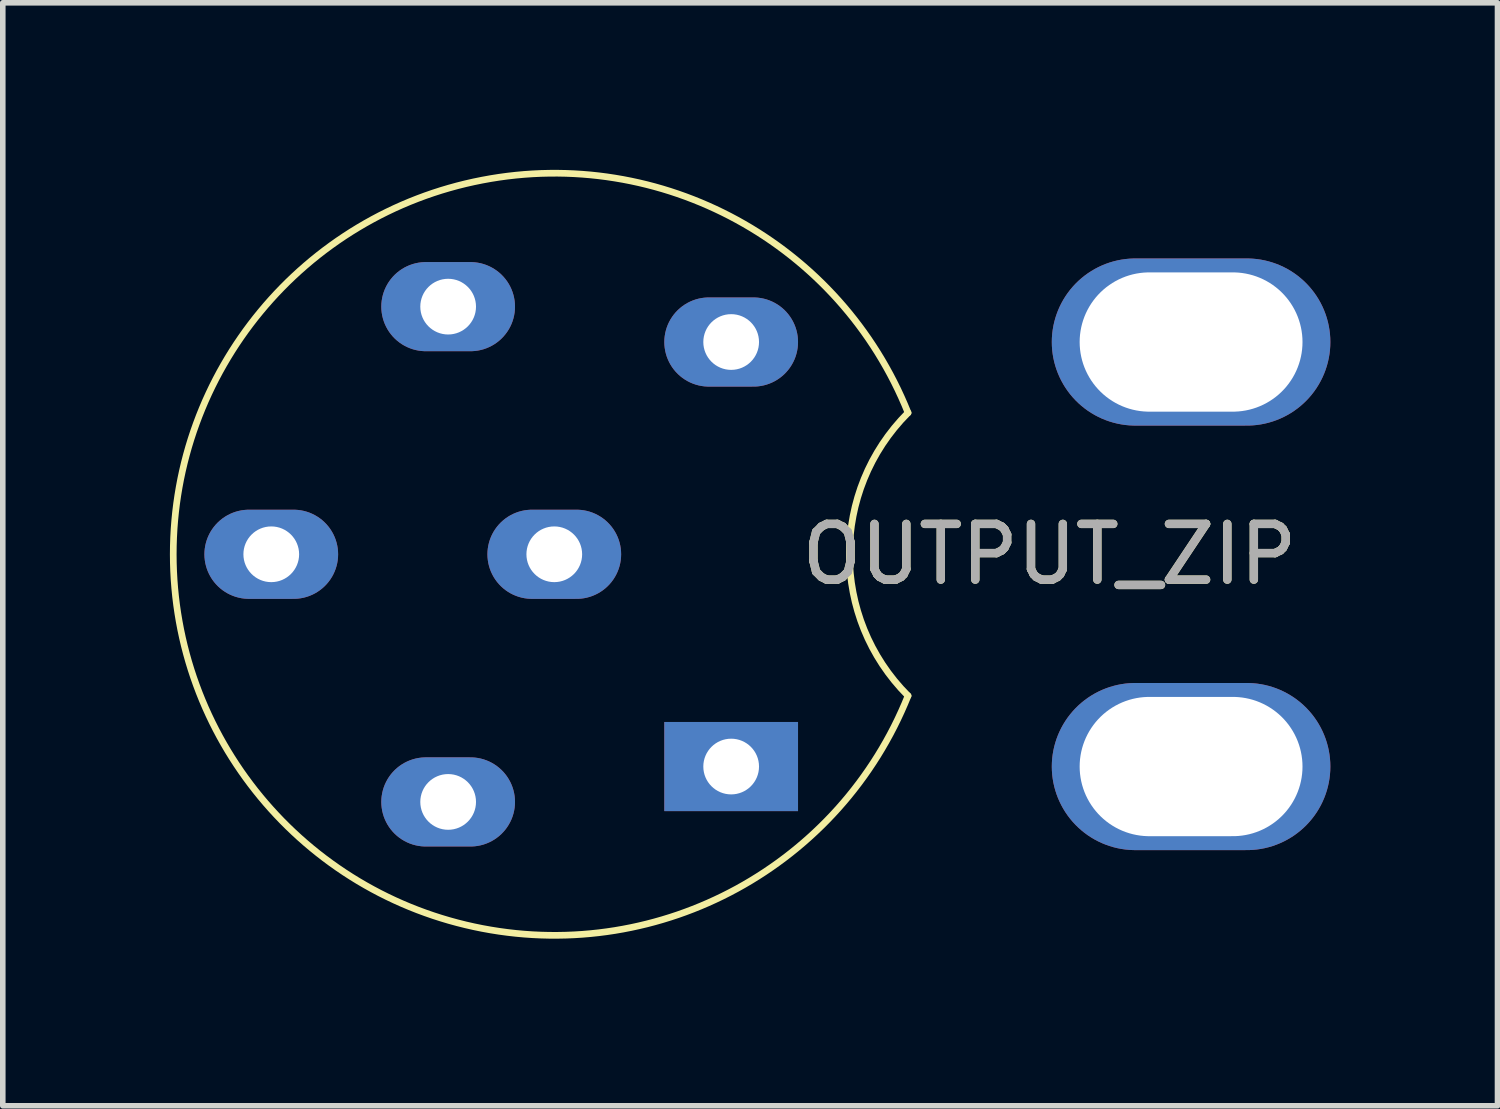
<source format=kicad_pcb>
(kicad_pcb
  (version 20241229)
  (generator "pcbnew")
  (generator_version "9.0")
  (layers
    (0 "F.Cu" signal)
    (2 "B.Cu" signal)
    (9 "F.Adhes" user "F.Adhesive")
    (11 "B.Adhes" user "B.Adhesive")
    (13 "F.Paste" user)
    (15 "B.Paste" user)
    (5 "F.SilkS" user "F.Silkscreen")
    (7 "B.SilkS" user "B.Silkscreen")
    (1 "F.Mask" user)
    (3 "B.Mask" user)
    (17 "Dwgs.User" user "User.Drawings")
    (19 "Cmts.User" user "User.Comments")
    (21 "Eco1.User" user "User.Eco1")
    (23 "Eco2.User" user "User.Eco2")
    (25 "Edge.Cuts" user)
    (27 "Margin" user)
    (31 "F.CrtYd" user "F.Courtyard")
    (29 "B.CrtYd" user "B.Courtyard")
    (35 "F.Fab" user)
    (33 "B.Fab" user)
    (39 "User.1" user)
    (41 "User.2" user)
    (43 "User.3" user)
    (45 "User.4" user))
  (footprint "OUTPUT_ZIP"
    (layer "F.Cu")
    (at 6.899 6.899)
    (property "Reference" "OUTPUT_ZIP" (at 8.89 0 0) (layer "F.SilkS") (effects (font (size 1 1) (thickness 0.15))))
    (attr through_hole)
    (fp_arc (start 6.349999 2.54) (mid -6.839158 0) (end 6.349999 -2.539999) (stroke (width 0.12) (type solid)) (layer "F.SilkS"))
    (fp_arc (start 6.35 2.539998) (mid 5.297899 0) (end 6.35 -2.539998) (stroke (width 0.12) (type solid)) (layer "F.SilkS"))
    (fp_text user "${REFERENCE}" (at 8.89 0 180) (layer "F.Fab") (effects (font (size 1 1) (thickness 0.15))))
    (pad "" np_thru_hole oval (at 11.43 -3.81) (size 5 3) (drill oval 4 2.5) (layers "*.Cu" "*.Mask"))
    (pad "" np_thru_hole oval (at 11.43 3.81) (size 5 3) (drill oval 4 2.5) (layers "*.Cu" "*.Mask"))
    (pad "1" thru_hole rect (at 3.175 3.81) (size 2.4 1.6) (drill 1) (layers "*.Cu" "*.Mask"))
    (pad "2" thru_hole oval (at -1.905 4.445) (size 2.4 1.6) (drill 1) (layers "*.Cu" "*.Mask"))
    (pad "3" thru_hole oval (at -5.08 0) (size 2.4 1.6) (drill 1) (layers "*.Cu" "*.Mask"))
    (pad "4" thru_hole oval (at -1.905 -4.445) (size 2.4 1.6) (drill 1) (layers "*.Cu" "*.Mask"))
    (pad "5" thru_hole oval (at 3.175 -3.81) (size 2.4 1.6) (drill 1) (layers "*.Cu" "*.Mask"))
    (pad "6" thru_hole oval (at 0 0) (size 2.4 1.6) (drill 1) (layers "*.Cu" "*.Mask")))
  (gr_rect
    (start -3 -3)
    (end 23.829 16.798)
    (stroke (width 0.1) (type default))
    (fill no)
    (layer "Edge.Cuts")))
</source>
